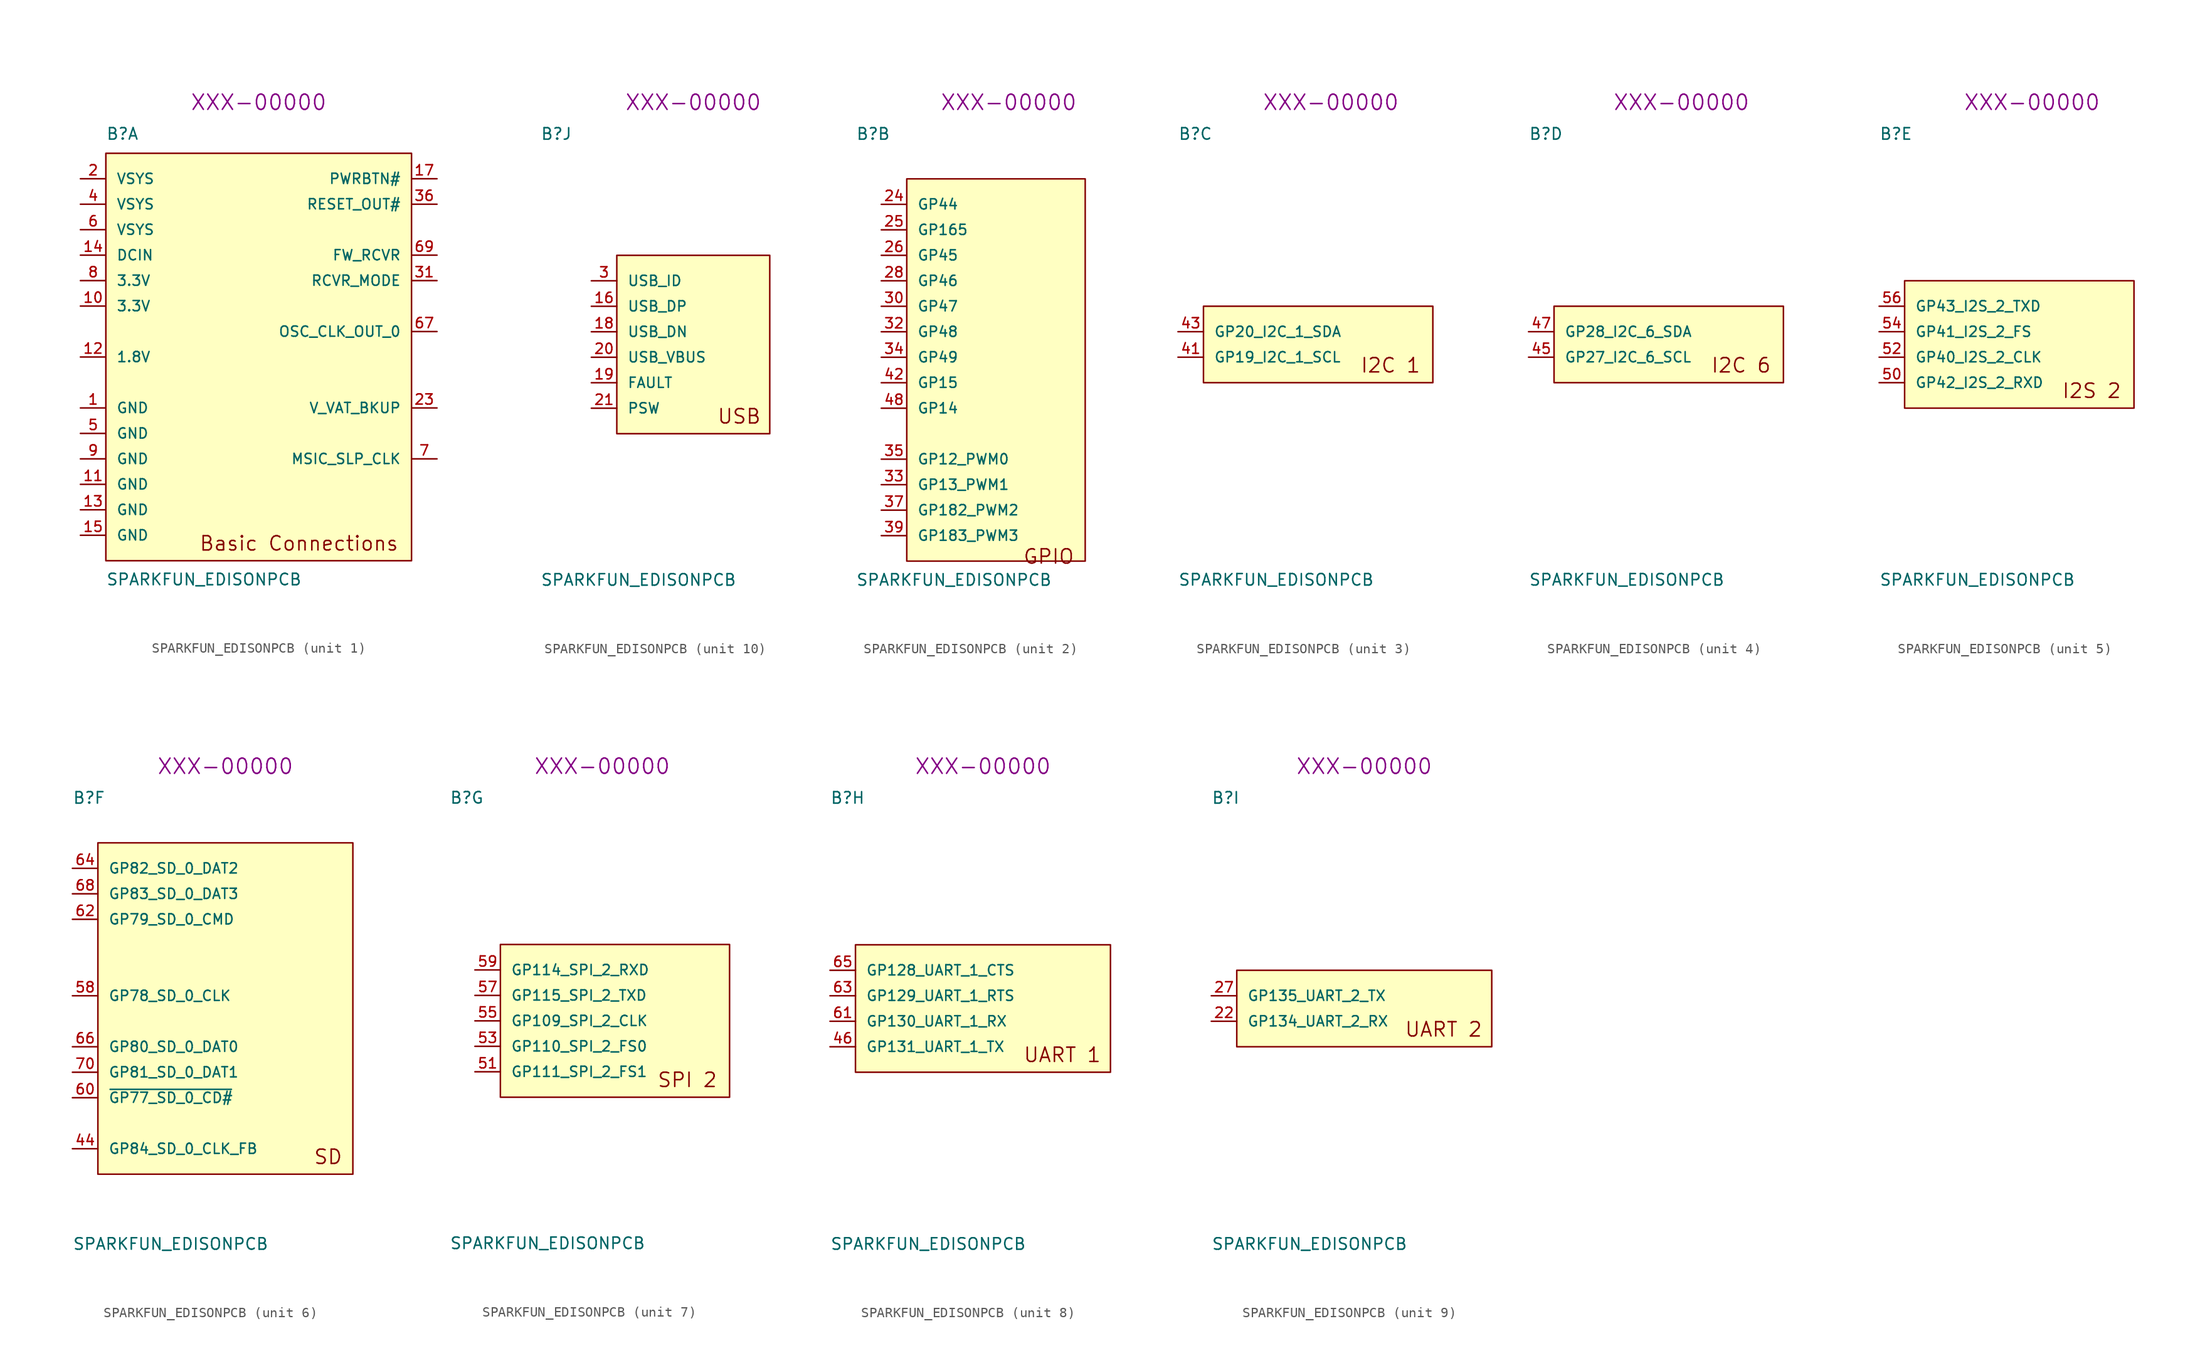
<source format=kicad_sym>
(kicad_symbol_lib
  (version 20201005)
  (generator kicad_symbol_editor)
  (symbol "SPARKFUN_EDISONPCB"
    (pin_names
      (offset 1.016))
    (property "Reference" "B"
      (at -15.24 21.59 0)
      (effects (font (size 1.143 1.143)) (justify left bottom)))
    (property "Value" "SPARKFUN_EDISONPCB"
      (at -15.24 -22.86 0)
      (effects (font (size 1.143 1.143)) (justify left bottom)))
    (property "Field4" "XXX-00000"
      (at 0 25.4 0)
      (effects (font (size 1.524 1.524))))
    (property "ki_locked" ""
      (at 0 0 0)
      (effects (font (size 1.27 1.27))))
    (symbol "SPARKFUN_EDISONPCB_1_0"
      (text "Basic Connections" (at 4.013 -18.593 0) (effects (font (size 1.422 1.422)))))
    (symbol "SPARKFUN_EDISONPCB_1_1"
      (polyline (pts (xy -15.24 20.32) (xy 15.24 20.32) (xy 15.24 -20.32) (xy -15.24 -20.32) (xy -15.24 20.32)) (stroke (width 0)) (fill (type background)))
      (pin power_in line (at -17.78 -5.08 0) (length 2.54) (name "GND" (effects (font (size 1.016 1.016)))) (number "1" (effects (font (size 1.016 1.016)))))
      (pin power_in line (at -17.78 17.78 0) (length 2.54) (name "VSYS" (effects (font (size 1.016 1.016)))) (number "2" (effects (font (size 1.016 1.016)))))
      (pin power_in line (at -17.78 15.24 0) (length 2.54) (name "VSYS" (effects (font (size 1.016 1.016)))) (number "4" (effects (font (size 1.016 1.016)))))
      (pin power_in line (at -17.78 -7.62 0) (length 2.54) (name "GND" (effects (font (size 1.016 1.016)))) (number "5" (effects (font (size 1.016 1.016)))))
      (pin power_in line (at -17.78 12.7 0) (length 2.54) (name "VSYS" (effects (font (size 1.016 1.016)))) (number "6" (effects (font (size 1.016 1.016)))))
      (pin bidirectional line (at 17.78 -10.16 180) (length 2.54) (name "MSIC_SLP_CLK" (effects (font (size 1.016 1.016)))) (number "7" (effects (font (size 1.016 1.016)))))
      (pin power_in line (at -17.78 7.62 0) (length 2.54) (name "3.3V" (effects (font (size 1.016 1.016)))) (number "8" (effects (font (size 1.016 1.016)))))
      (pin power_in line (at -17.78 -10.16 0) (length 2.54) (name "GND" (effects (font (size 1.016 1.016)))) (number "9" (effects (font (size 1.016 1.016)))))
      (pin power_in line (at -17.78 5.08 0) (length 2.54) (name "3.3V" (effects (font (size 1.016 1.016)))) (number "10" (effects (font (size 1.016 1.016)))))
      (pin power_in line (at -17.78 -12.7 0) (length 2.54) (name "GND" (effects (font (size 1.016 1.016)))) (number "11" (effects (font (size 1.016 1.016)))))
      (pin bidirectional line (at 17.78 7.62 180) (length 2.54) (name "RCVR_MODE" (effects (font (size 1.016 1.016)))) (number "31" (effects (font (size 1.016 1.016)))))
      (pin power_in line (at -17.78 0 0) (length 2.54) (name "1.8V" (effects (font (size 1.016 1.016)))) (number "12" (effects (font (size 1.016 1.016)))))
      (pin power_in line (at -17.78 -15.24 0) (length 2.54) (name "GND" (effects (font (size 1.016 1.016)))) (number "13" (effects (font (size 1.016 1.016)))))
      (pin power_in line (at 17.78 -5.08 180) (length 2.54) (name "V_VAT_BKUP" (effects (font (size 1.016 1.016)))) (number "23" (effects (font (size 1.016 1.016)))))
      (pin power_in line (at -17.78 10.16 0) (length 2.54) (name "DCIN" (effects (font (size 1.016 1.016)))) (number "14" (effects (font (size 1.016 1.016)))))
      (pin power_in line (at -17.78 -17.78 0) (length 2.54) (name "GND" (effects (font (size 1.016 1.016)))) (number "15" (effects (font (size 1.016 1.016)))))
      (pin bidirectional line (at 17.78 15.24 180) (length 2.54) (name "RESET_OUT#" (effects (font (size 1.016 1.016)))) (number "36" (effects (font (size 1.016 1.016)))))
      (pin bidirectional line (at 17.78 17.78 180) (length 2.54) (name "PWRBTN#" (effects (font (size 1.016 1.016)))) (number "17" (effects (font (size 1.016 1.016)))))
      (pin bidirectional line (at 17.78 2.54 180) (length 2.54) (name "OSC_CLK_OUT_0" (effects (font (size 1.016 1.016)))) (number "67" (effects (font (size 1.016 1.016)))))
      (pin bidirectional line (at 17.78 10.16 180) (length 2.54) (name "FW_RCVR" (effects (font (size 1.016 1.016)))) (number "69" (effects (font (size 1.016 1.016))))))
    (symbol "SPARKFUN_EDISONPCB_2_0"
      (text "GPIO" (at 3.988 -19.863 0) (effects (font (size 1.422 1.422)))))
    (symbol "SPARKFUN_EDISONPCB_2_1"
      (polyline (pts (xy -10.16 17.78) (xy 7.62 17.78) (xy 7.62 -20.32) (xy -10.16 -20.32) (xy -10.16 17.78)) (stroke (width 0)) (fill (type background)))
      (pin bidirectional line (at -12.7 5.08 0) (length 2.54) (name "GP47" (effects (font (size 1.016 1.016)))) (number "30" (effects (font (size 1.016 1.016)))))
      (pin bidirectional line (at -12.7 2.54 0) (length 2.54) (name "GP48" (effects (font (size 1.016 1.016)))) (number "32" (effects (font (size 1.016 1.016)))))
      (pin bidirectional line (at -12.7 -2.54 0) (length 2.54) (name "GP15" (effects (font (size 1.016 1.016)))) (number "42" (effects (font (size 1.016 1.016)))))
      (pin bidirectional line (at -12.7 -12.7 0) (length 2.54) (name "GP13_PWM1" (effects (font (size 1.016 1.016)))) (number "33" (effects (font (size 1.016 1.016)))))
      (pin bidirectional line (at -12.7 15.24 0) (length 2.54) (name "GP44" (effects (font (size 1.016 1.016)))) (number "24" (effects (font (size 1.016 1.016)))))
      (pin bidirectional line (at -12.7 0 0) (length 2.54) (name "GP49" (effects (font (size 1.016 1.016)))) (number "34" (effects (font (size 1.016 1.016)))))
      (pin bidirectional line (at -12.7 12.7 0) (length 2.54) (name "GP165" (effects (font (size 1.016 1.016)))) (number "25" (effects (font (size 1.016 1.016)))))
      (pin bidirectional line (at -12.7 -10.16 0) (length 2.54) (name "GP12_PWM0" (effects (font (size 1.016 1.016)))) (number "35" (effects (font (size 1.016 1.016)))))
      (pin bidirectional line (at -12.7 10.16 0) (length 2.54) (name "GP45" (effects (font (size 1.016 1.016)))) (number "26" (effects (font (size 1.016 1.016)))))
      (pin bidirectional line (at -12.7 -15.24 0) (length 2.54) (name "GP182_PWM2" (effects (font (size 1.016 1.016)))) (number "37" (effects (font (size 1.016 1.016)))))
      (pin bidirectional line (at -12.7 7.62 0) (length 2.54) (name "GP46" (effects (font (size 1.016 1.016)))) (number "28" (effects (font (size 1.016 1.016)))))
      (pin bidirectional line (at -12.7 -5.08 0) (length 2.54) (name "GP14" (effects (font (size 1.016 1.016)))) (number "48" (effects (font (size 1.016 1.016)))))
      (pin bidirectional line (at -12.7 -17.78 0) (length 2.54) (name "GP183_PWM3" (effects (font (size 1.016 1.016)))) (number "39" (effects (font (size 1.016 1.016))))))
    (symbol "SPARKFUN_EDISONPCB_3_0"
      (text "I2C 1" (at 5.944 -0.813 0) (effects (font (size 1.422 1.422)))))
    (symbol "SPARKFUN_EDISONPCB_3_1"
      (polyline (pts (xy -12.7 5.08) (xy 10.16 5.08) (xy 10.16 -2.54) (xy -12.7 -2.54) (xy -12.7 5.08)) (stroke (width 0)) (fill (type background)))
      (pin bidirectional line (at -15.24 0 0) (length 2.54) (name "GP19_I2C_1_SCL" (effects (font (size 1.016 1.016)))) (number "41" (effects (font (size 1.016 1.016)))))
      (pin bidirectional line (at -15.24 2.54 0) (length 2.54) (name "GP20_I2C_1_SDA" (effects (font (size 1.016 1.016)))) (number "43" (effects (font (size 1.016 1.016))))))
    (symbol "SPARKFUN_EDISONPCB_4_0"
      (text "I2C 6" (at 5.944 -0.813 0) (effects (font (size 1.422 1.422)))))
    (symbol "SPARKFUN_EDISONPCB_4_1"
      (polyline (pts (xy -12.7 5.08) (xy 10.16 5.08) (xy 10.16 -2.54) (xy -12.7 -2.54) (xy -12.7 5.08)) (stroke (width 0)) (fill (type background)))
      (pin bidirectional line (at -15.24 0 0) (length 2.54) (name "GP27_I2C_6_SCL" (effects (font (size 1.016 1.016)))) (number "45" (effects (font (size 1.016 1.016)))))
      (pin bidirectional line (at -15.24 2.54 0) (length 2.54) (name "GP28_I2C_6_SDA" (effects (font (size 1.016 1.016)))) (number "47" (effects (font (size 1.016 1.016))))))
    (symbol "SPARKFUN_EDISONPCB_5_0"
      (text "I2S 2" (at 5.944 -3.353 0) (effects (font (size 1.422 1.422)))))
    (symbol "SPARKFUN_EDISONPCB_5_1"
      (polyline (pts (xy -12.7 7.62) (xy 10.16 7.62) (xy 10.16 -5.08) (xy -12.7 -5.08) (xy -12.7 7.62)) (stroke (width 0)) (fill (type background)))
      (pin bidirectional line (at -15.24 -2.54 0) (length 2.54) (name "GP42_I2S_2_RXD" (effects (font (size 1.016 1.016)))) (number "50" (effects (font (size 1.016 1.016)))))
      (pin bidirectional line (at -15.24 0 0) (length 2.54) (name "GP40_I2S_2_CLK" (effects (font (size 1.016 1.016)))) (number "52" (effects (font (size 1.016 1.016)))))
      (pin bidirectional line (at -15.24 2.54 0) (length 2.54) (name "GP41_I2S_2_FS" (effects (font (size 1.016 1.016)))) (number "54" (effects (font (size 1.016 1.016)))))
      (pin bidirectional line (at -15.24 5.08 0) (length 2.54) (name "GP43_I2S_2_TXD" (effects (font (size 1.016 1.016)))) (number "56" (effects (font (size 1.016 1.016))))))
    (symbol "SPARKFUN_EDISONPCB_6_0"
      (text "SD" (at 10.236 -13.513 0) (effects (font (size 1.422 1.422)))))
    (symbol "SPARKFUN_EDISONPCB_6_1"
      (polyline (pts (xy -12.7 17.78) (xy 12.7 17.78) (xy 12.7 -15.24) (xy -12.7 -15.24) (xy -12.7 17.78)) (stroke (width 0)) (fill (type background)))
      (pin bidirectional line (at -15.24 -7.62 0) (length 2.54) (name "~GP77_SD_0_CD#" (effects (font (size 1.016 1.016)))) (number "60" (effects (font (size 1.016 1.016)))))
      (pin bidirectional line (at -15.24 -5.08 0) (length 2.54) (name "GP81_SD_0_DAT1" (effects (font (size 1.016 1.016)))) (number "70" (effects (font (size 1.016 1.016)))))
      (pin bidirectional line (at -15.24 10.16 0) (length 2.54) (name "GP79_SD_0_CMD" (effects (font (size 1.016 1.016)))) (number "62" (effects (font (size 1.016 1.016)))))
      (pin bidirectional line (at -15.24 -12.7 0) (length 2.54) (name "GP84_SD_0_CLK_FB" (effects (font (size 1.016 1.016)))) (number "44" (effects (font (size 1.016 1.016)))))
      (pin bidirectional line (at -15.24 15.24 0) (length 2.54) (name "GP82_SD_0_DAT2" (effects (font (size 1.016 1.016)))) (number "64" (effects (font (size 1.016 1.016)))))
      (pin bidirectional line (at -15.24 -2.54 0) (length 2.54) (name "GP80_SD_0_DAT0" (effects (font (size 1.016 1.016)))) (number "66" (effects (font (size 1.016 1.016)))))
      (pin bidirectional line (at -15.24 2.54 0) (length 2.54) (name "GP78_SD_0_CLK" (effects (font (size 1.016 1.016)))) (number "58" (effects (font (size 1.016 1.016)))))
      (pin bidirectional line (at -15.24 12.7 0) (length 2.54) (name "GP83_SD_0_DAT3" (effects (font (size 1.016 1.016)))) (number "68" (effects (font (size 1.016 1.016))))))
    (symbol "SPARKFUN_EDISONPCB_7_0"
      (text "SPI 2" (at 8.484 -5.893 0) (effects (font (size 1.422 1.422)))))
    (symbol "SPARKFUN_EDISONPCB_7_1"
      (polyline (pts (xy -10.16 7.62) (xy 12.7 7.62) (xy 12.7 -7.62) (xy -10.16 -7.62) (xy -10.16 7.62)) (stroke (width 0)) (fill (type background)))
      (pin bidirectional line (at -12.7 -5.08 0) (length 2.54) (name "GP111_SPI_2_FS1" (effects (font (size 1.016 1.016)))) (number "51" (effects (font (size 1.016 1.016)))))
      (pin bidirectional line (at -12.7 -2.54 0) (length 2.54) (name "GP110_SPI_2_FS0" (effects (font (size 1.016 1.016)))) (number "53" (effects (font (size 1.016 1.016)))))
      (pin bidirectional line (at -12.7 0 0) (length 2.54) (name "GP109_SPI_2_CLK" (effects (font (size 1.016 1.016)))) (number "55" (effects (font (size 1.016 1.016)))))
      (pin bidirectional line (at -12.7 2.54 0) (length 2.54) (name "GP115_SPI_2_TXD" (effects (font (size 1.016 1.016)))) (number "57" (effects (font (size 1.016 1.016)))))
      (pin bidirectional line (at -12.7 5.08 0) (length 2.54) (name "GP114_SPI_2_RXD" (effects (font (size 1.016 1.016)))) (number "59" (effects (font (size 1.016 1.016))))))
    (symbol "SPARKFUN_EDISONPCB_8_0"
      (text "UART 1" (at 7.899 -3.353 0) (effects (font (size 1.422 1.422)))))
    (symbol "SPARKFUN_EDISONPCB_8_1"
      (polyline (pts (xy -12.7 7.62) (xy 12.7 7.62) (xy 12.7 -5.08) (xy -12.7 -5.08) (xy -12.7 7.62)) (stroke (width 0)) (fill (type background)))
      (pin bidirectional line (at -15.24 0 0) (length 2.54) (name "GP130_UART_1_RX" (effects (font (size 1.016 1.016)))) (number "61" (effects (font (size 1.016 1.016)))))
      (pin bidirectional line (at -15.24 2.54 0) (length 2.54) (name "GP129_UART_1_RTS" (effects (font (size 1.016 1.016)))) (number "63" (effects (font (size 1.016 1.016)))))
      (pin bidirectional line (at -15.24 5.08 0) (length 2.54) (name "GP128_UART_1_CTS" (effects (font (size 1.016 1.016)))) (number "65" (effects (font (size 1.016 1.016)))))
      (pin bidirectional line (at -15.24 -2.54 0) (length 2.54) (name "GP131_UART_1_TX" (effects (font (size 1.016 1.016)))) (number "46" (effects (font (size 1.016 1.016))))))
    (symbol "SPARKFUN_EDISONPCB_9_0"
      (text "UART 2" (at 7.899 -0.813 0) (effects (font (size 1.422 1.422)))))
    (symbol "SPARKFUN_EDISONPCB_9_1"
      (polyline (pts (xy -12.7 5.08) (xy 12.7 5.08) (xy 12.7 -2.54) (xy -12.7 -2.54) (xy -12.7 5.08)) (stroke (width 0)) (fill (type background)))
      (pin bidirectional line (at -15.24 0 0) (length 2.54) (name "GP134_UART_2_RX" (effects (font (size 1.016 1.016)))) (number "22" (effects (font (size 1.016 1.016)))))
      (pin bidirectional line (at -15.24 2.54 0) (length 2.54) (name "GP135_UART_2_TX" (effects (font (size 1.016 1.016)))) (number "27" (effects (font (size 1.016 1.016))))))
    (symbol "SPARKFUN_EDISONPCB_10_0"
      (text "USB" (at 4.572 -5.893 0) (effects (font (size 1.422 1.422)))))
    (symbol "SPARKFUN_EDISONPCB_10_1"
      (polyline (pts (xy -7.62 10.16) (xy 7.62 10.16) (xy 7.62 -7.62) (xy -7.62 -7.62) (xy -7.62 10.16)) (stroke (width 0)) (fill (type background)))
      (pin bidirectional line (at -10.16 7.62 0) (length 2.54) (name "USB_ID" (effects (font (size 1.016 1.016)))) (number "3" (effects (font (size 1.016 1.016)))))
      (pin bidirectional line (at -10.16 0 0) (length 2.54) (name "USB_VBUS" (effects (font (size 1.016 1.016)))) (number "20" (effects (font (size 1.016 1.016)))))
      (pin bidirectional line (at -10.16 -5.08 0) (length 2.54) (name "PSW" (effects (font (size 1.016 1.016)))) (number "21" (effects (font (size 1.016 1.016)))))
      (pin bidirectional line (at -10.16 5.08 0) (length 2.54) (name "USB_DP" (effects (font (size 1.016 1.016)))) (number "16" (effects (font (size 1.016 1.016)))))
      (pin bidirectional line (at -10.16 2.54 0) (length 2.54) (name "USB_DN" (effects (font (size 1.016 1.016)))) (number "18" (effects (font (size 1.016 1.016)))))
      (pin bidirectional line (at -10.16 -2.54 0) (length 2.54) (name "FAULT" (effects (font (size 1.016 1.016)))) (number "19" (effects (font (size 1.016 1.016))))))))
</source>
